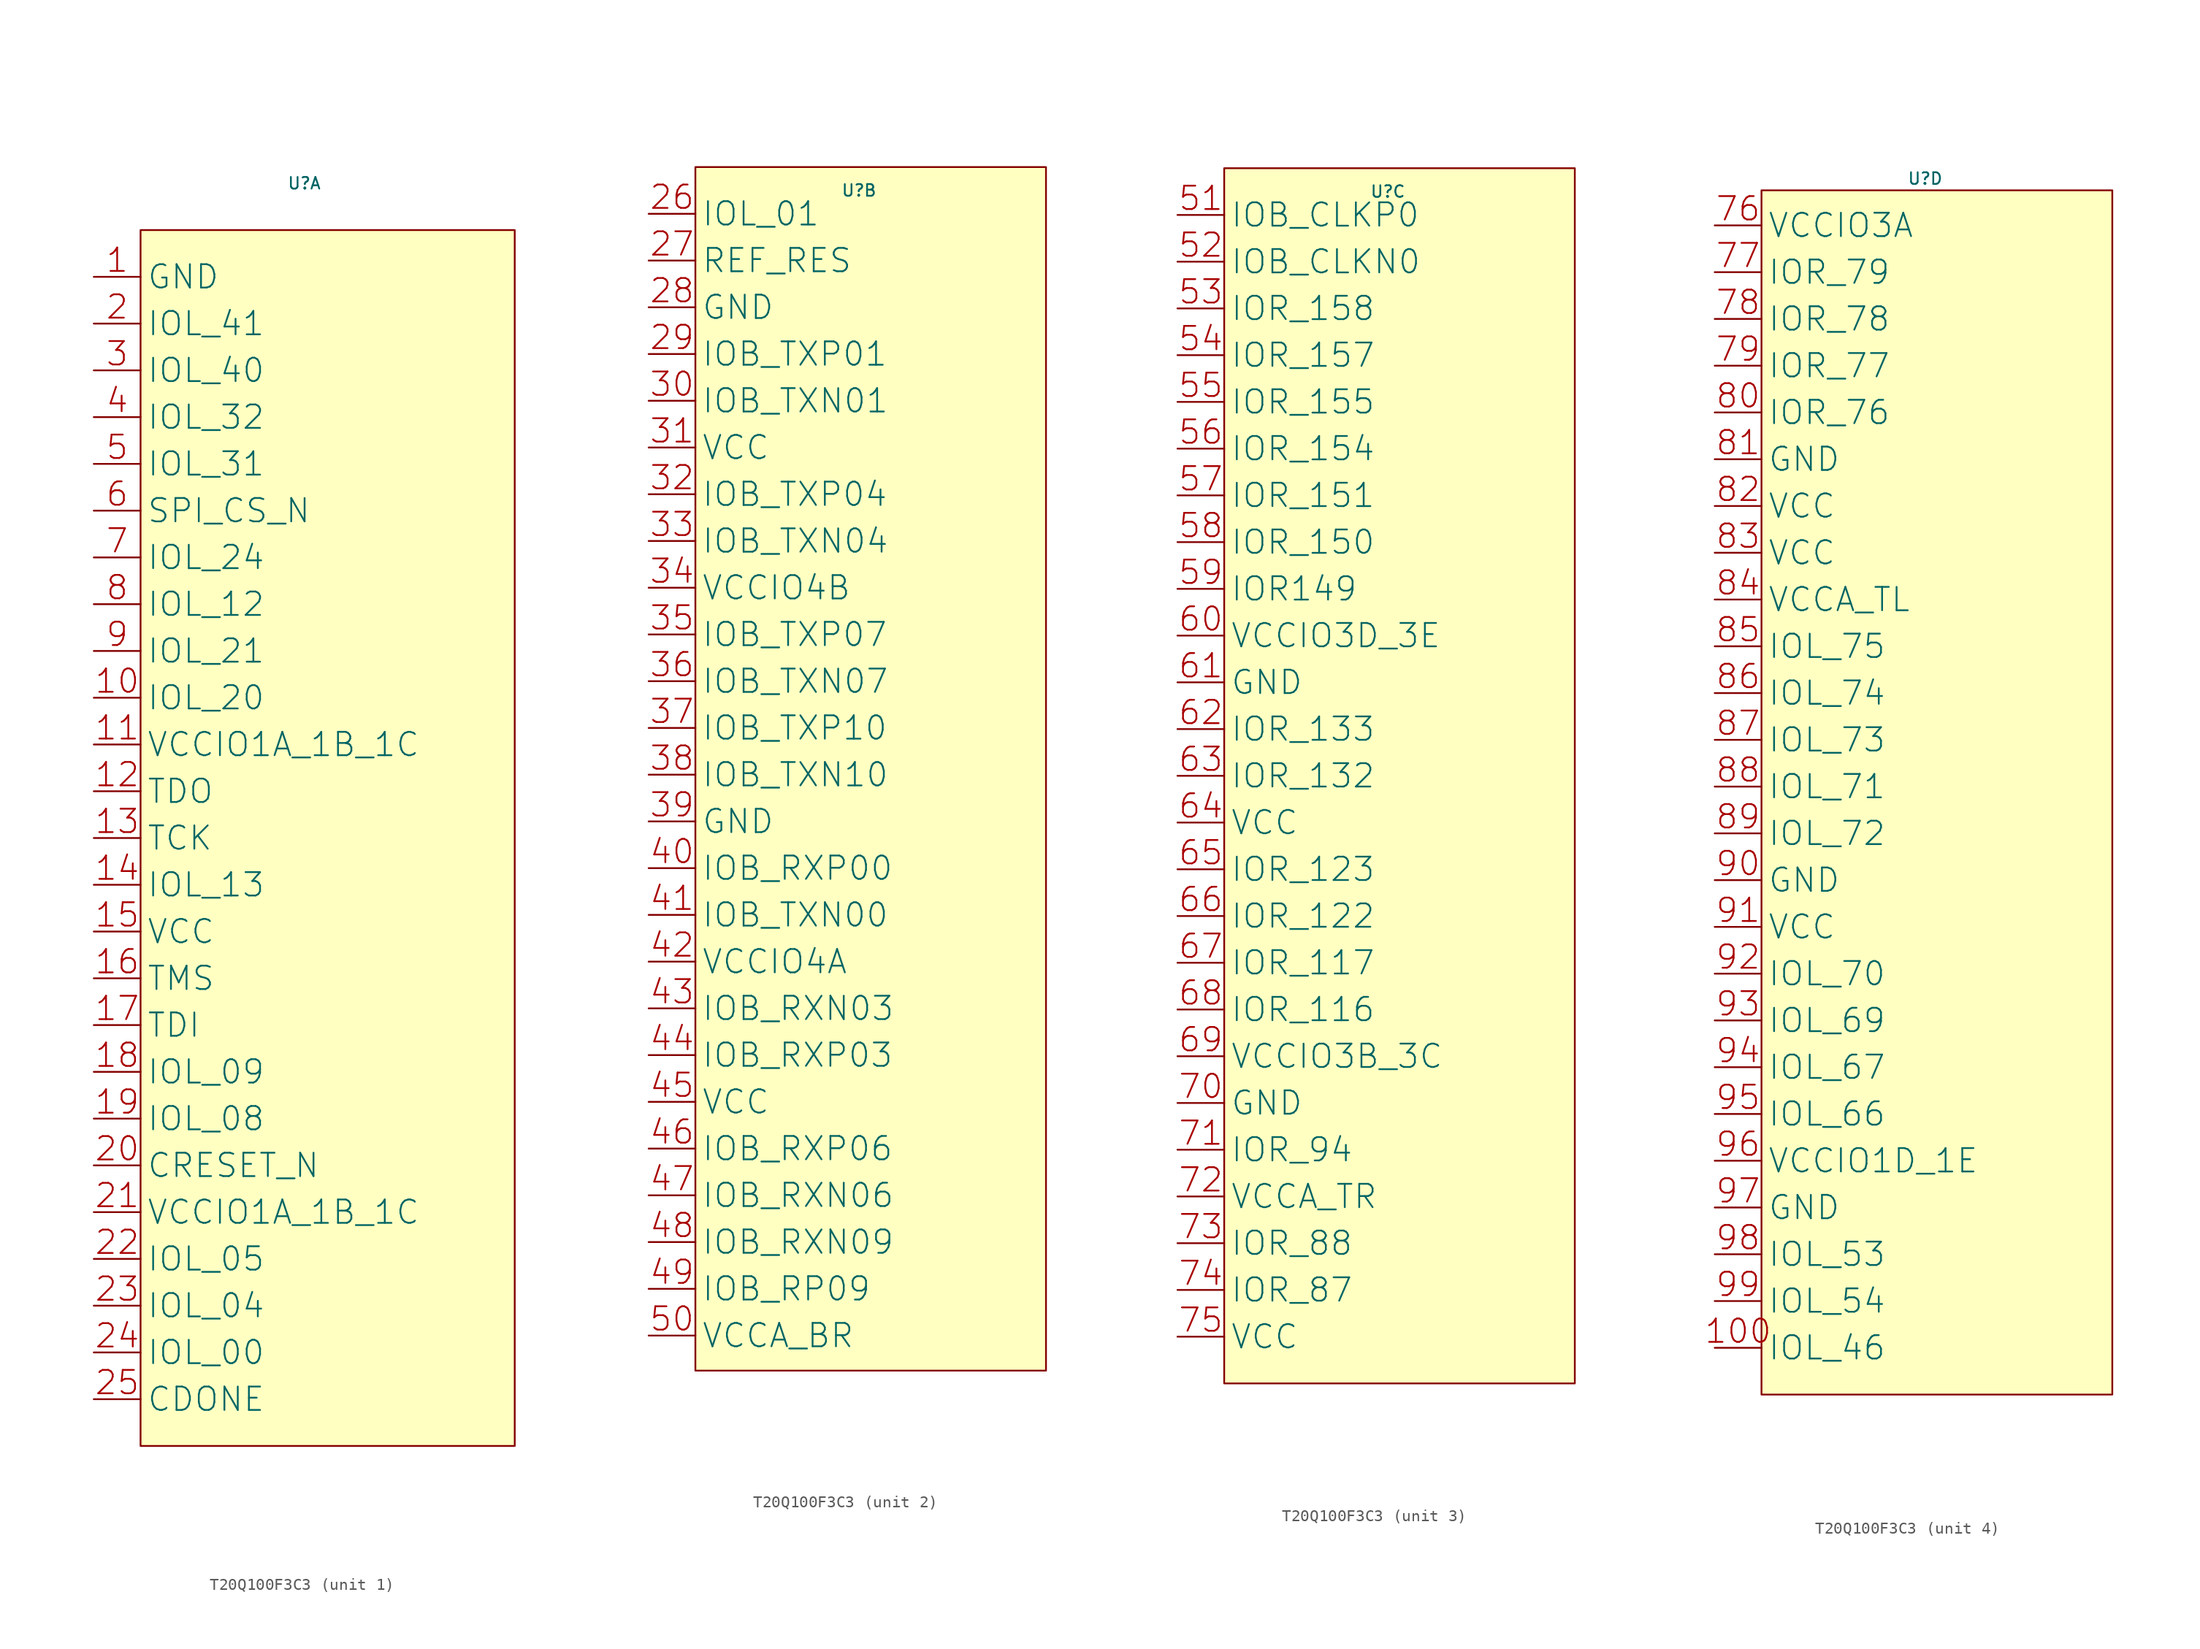
<source format=kicad_sym>
(kicad_symbol_lib
  (version 20231120)
  (generator "kicad_symbol_editor")
  (generator_version "8.0")
  (symbol "T20Q100F3C3"
    (pin_names
      (offset 0.5))
    (property "Reference" "U"
      (at 14 8 0)
      (effects (font (size 1 1))))
    (property "Value" ""
      (at 0 -69 0)
      (effects (font (size 1 1))))
    (symbol "T20Q100F3C3_1_1"
      (rectangle (start 0 4) (end 32 -100) (stroke (width 0) (type default)) (fill (type background)))
      (pin power_in line (at -4 0 0) (length 4) (name "GND" (effects (font (size 2 2)))) (number "1" (effects (font (size 2 2)))))
      (pin bidirectional line (at -4 -36 0) (length 4) (name "IOL_20" (effects (font (size 2 2)))) (number "10" (effects (font (size 2 2)))))
      (pin bidirectional line (at -4 -40 0) (length 4) (name "VCCIO1A_1B_1C" (effects (font (size 2 2)))) (number "11" (effects (font (size 2 2)))))
      (pin power_in line (at -4 -44 0) (length 4) (name "TDO" (effects (font (size 2 2)))) (number "12" (effects (font (size 2 2)))))
      (pin bidirectional line (at -4 -48 0) (length 4) (name "TCK" (effects (font (size 2 2)))) (number "13" (effects (font (size 2 2)))))
      (pin power_in line (at -4 -52 0) (length 4) (name "IOL_13" (effects (font (size 2 2)))) (number "14" (effects (font (size 2 2)))))
      (pin bidirectional line (at -4 -56 0) (length 4) (name "VCC" (effects (font (size 2 2)))) (number "15" (effects (font (size 2 2)))))
      (pin bidirectional line (at -4 -60 0) (length 4) (name "TMS" (effects (font (size 2 2)))) (number "16" (effects (font (size 2 2)))))
      (pin bidirectional line (at -4 -64 0) (length 4) (name "TDI" (effects (font (size 2 2)))) (number "17" (effects (font (size 2 2)))))
      (pin bidirectional line (at -4 -68 0) (length 4) (name "IOL_09" (effects (font (size 2 2)))) (number "18" (effects (font (size 2 2)))))
      (pin bidirectional line (at -4 -72 0) (length 4) (name "IOL_08" (effects (font (size 2 2)))) (number "19" (effects (font (size 2 2)))))
      (pin power_in line (at -4 -4 0) (length 4) (name "IOL_41" (effects (font (size 2 2)))) (number "2" (effects (font (size 2 2)))))
      (pin bidirectional line (at -4 -76 0) (length 4) (name "CRESET_N" (effects (font (size 2 2)))) (number "20" (effects (font (size 2 2)))))
      (pin bidirectional line (at -4 -80 0) (length 4) (name "VCCIO1A_1B_1C" (effects (font (size 2 2)))) (number "21" (effects (font (size 2 2)))))
      (pin bidirectional line (at -4 -84 0) (length 4) (name "IOL_05" (effects (font (size 2 2)))) (number "22" (effects (font (size 2 2)))))
      (pin bidirectional line (at -4 -88 0) (length 4) (name "IOL_04" (effects (font (size 2 2)))) (number "23" (effects (font (size 2 2)))))
      (pin bidirectional line (at -4 -92 0) (length 4) (name "IOL_00" (effects (font (size 2 2)))) (number "24" (effects (font (size 2 2)))))
      (pin bidirectional line (at -4 -96 0) (length 4) (name "CDONE" (effects (font (size 2 2)))) (number "25" (effects (font (size 2 2)))))
      (pin bidirectional line (at -4 -8 0) (length 4) (name "IOL_40" (effects (font (size 2 2)))) (number "3" (effects (font (size 2 2)))))
      (pin bidirectional line (at -4 -12 0) (length 4) (name "IOL_32" (effects (font (size 2 2)))) (number "4" (effects (font (size 2 2)))))
      (pin bidirectional line (at -4 -16 0) (length 4) (name "IOL_31" (effects (font (size 2 2)))) (number "5" (effects (font (size 2 2)))))
      (pin bidirectional line (at -4 -20 0) (length 4) (name "SPI_CS_N" (effects (font (size 2 2)))) (number "6" (effects (font (size 2 2)))))
      (pin bidirectional line (at -4 -24 0) (length 4) (name "IOL_24" (effects (font (size 2 2)))) (number "7" (effects (font (size 2 2)))))
      (pin bidirectional line (at -4 -28 0) (length 4) (name "IOL_12" (effects (font (size 2 2)))) (number "8" (effects (font (size 2 2)))))
      (pin bidirectional line (at -4 -32 0) (length 4) (name "IOL_21" (effects (font (size 2 2)))) (number "9" (effects (font (size 2 2))))))
    (symbol "T20Q100F3C3_2_1"
      (rectangle (start 0 10) (end 30 -93) (stroke (width 0) (type default)) (fill (type background)))
      (pin bidirectional line (at -4 6 0) (length 4) (name "IOL_01" (effects (font (size 2 2)))) (number "26" (effects (font (size 2 2)))))
      (pin bidirectional line (at -4 2 0) (length 4) (name "REF_RES" (effects (font (size 2 2)))) (number "27" (effects (font (size 2 2)))))
      (pin bidirectional line (at -4 -2 0) (length 4) (name "GND" (effects (font (size 2 2)))) (number "28" (effects (font (size 2 2)))))
      (pin bidirectional line (at -4 -6 0) (length 4) (name "IOB_TXP01" (effects (font (size 2 2)))) (number "29" (effects (font (size 2 2)))))
      (pin bidirectional line (at -4 -10 0) (length 4) (name "IOB_TXN01" (effects (font (size 2 2)))) (number "30" (effects (font (size 2 2)))))
      (pin bidirectional line (at -4 -14 0) (length 4) (name "VCC" (effects (font (size 2 2)))) (number "31" (effects (font (size 2 2)))))
      (pin bidirectional line (at -4 -18 0) (length 4) (name "IOB_TXP04" (effects (font (size 2 2)))) (number "32" (effects (font (size 2 2)))))
      (pin bidirectional line (at -4 -22 0) (length 4) (name "IOB_TXN04" (effects (font (size 2 2)))) (number "33" (effects (font (size 2 2)))))
      (pin bidirectional line (at -4 -26 0) (length 4) (name "VCCIO4B" (effects (font (size 2 2)))) (number "34" (effects (font (size 2 2)))))
      (pin bidirectional line (at -4 -30 0) (length 4) (name "IOB_TXP07" (effects (font (size 2 2)))) (number "35" (effects (font (size 2 2)))))
      (pin bidirectional line (at -4 -34 0) (length 4) (name "IOB_TXN07" (effects (font (size 2 2)))) (number "36" (effects (font (size 2 2)))))
      (pin bidirectional line (at -4 -38 0) (length 4) (name "IOB_TXP10" (effects (font (size 2 2)))) (number "37" (effects (font (size 2 2)))))
      (pin bidirectional line (at -4 -42 0) (length 4) (name "IOB_TXN10" (effects (font (size 2 2)))) (number "38" (effects (font (size 2 2)))))
      (pin bidirectional line (at -4 -46 0) (length 4) (name "GND" (effects (font (size 2 2)))) (number "39" (effects (font (size 2 2)))))
      (pin bidirectional line (at -4 -50 0) (length 4) (name "IOB_RXP00" (effects (font (size 2 2)))) (number "40" (effects (font (size 2 2)))))
      (pin bidirectional line (at -4 -54 0) (length 4) (name "IOB_TXN00" (effects (font (size 2 2)))) (number "41" (effects (font (size 2 2)))))
      (pin bidirectional line (at -4 -58 0) (length 4) (name "VCCIO4A" (effects (font (size 2 2)))) (number "42" (effects (font (size 2 2)))))
      (pin power_in line (at -4 -62 0) (length 4) (name "IOB_RXN03" (effects (font (size 2 2)))) (number "43" (effects (font (size 2 2)))))
      (pin power_in line (at -4 -66 0) (length 4) (name "IOB_RXP03" (effects (font (size 2 2)))) (number "44" (effects (font (size 2 2)))))
      (pin power_in line (at -4 -70 0) (length 4) (name "VCC" (effects (font (size 2 2)))) (number "45" (effects (font (size 2 2)))))
      (pin power_in line (at -4 -74 0) (length 4) (name "IOB_RXP06" (effects (font (size 2 2)))) (number "46" (effects (font (size 2 2)))))
      (pin bidirectional line (at -4 -78 0) (length 4) (name "IOB_RXN06" (effects (font (size 2 2)))) (number "47" (effects (font (size 2 2)))))
      (pin bidirectional line (at -4 -82 0) (length 4) (name "IOB_RXN09" (effects (font (size 2 2)))) (number "48" (effects (font (size 2 2)))))
      (pin bidirectional line (at -4 -86 0) (length 4) (name "IOB_RP09" (effects (font (size 2 2)))) (number "49" (effects (font (size 2 2)))))
      (pin bidirectional line (at -4 -90 0) (length 4) (name "VCCA_BR" (effects (font (size 2 2)))) (number "50" (effects (font (size 2 2))))))
    (symbol "T20Q100F3C3_3_1"
      (rectangle (start 0 10) (end 30 -94) (stroke (width 0) (type default)) (fill (type background)))
      (pin bidirectional line (at -4 6 0) (length 4) (name "IOB_CLKP0" (effects (font (size 2 2)))) (number "51" (effects (font (size 2 2)))))
      (pin bidirectional line (at -4 2 0) (length 4) (name "IOB_CLKN0" (effects (font (size 2 2)))) (number "52" (effects (font (size 2 2)))))
      (pin bidirectional line (at -4 -2 0) (length 4) (name "IOR_158" (effects (font (size 2 2)))) (number "53" (effects (font (size 2 2)))))
      (pin bidirectional line (at -4 -6 0) (length 4) (name "IOR_157" (effects (font (size 2 2)))) (number "54" (effects (font (size 2 2)))))
      (pin bidirectional line (at -4 -10 0) (length 4) (name "IOR_155" (effects (font (size 2 2)))) (number "55" (effects (font (size 2 2)))))
      (pin bidirectional line (at -4 -14 0) (length 4) (name "IOR_154" (effects (font (size 2 2)))) (number "56" (effects (font (size 2 2)))))
      (pin bidirectional line (at -4 -18 0) (length 4) (name "IOR_151" (effects (font (size 2 2)))) (number "57" (effects (font (size 2 2)))))
      (pin power_in line (at -4 -22 0) (length 4) (name "IOR_150" (effects (font (size 2 2)))) (number "58" (effects (font (size 2 2)))))
      (pin bidirectional line (at -4 -26 0) (length 4) (name "IOR149" (effects (font (size 2 2)))) (number "59" (effects (font (size 2 2)))))
      (pin bidirectional line (at -4 -30 0) (length 4) (name "VCCIO3D_3E" (effects (font (size 2 2)))) (number "60" (effects (font (size 2 2)))))
      (pin bidirectional line (at -4 -34 0) (length 4) (name "GND" (effects (font (size 2 2)))) (number "61" (effects (font (size 2 2)))))
      (pin bidirectional line (at -4 -38 0) (length 4) (name "IOR_133" (effects (font (size 2 2)))) (number "62" (effects (font (size 2 2)))))
      (pin bidirectional line (at -4 -42 0) (length 4) (name "IOR_132" (effects (font (size 2 2)))) (number "63" (effects (font (size 2 2)))))
      (pin bidirectional line (at -4 -46 0) (length 4) (name "VCC" (effects (font (size 2 2)))) (number "64" (effects (font (size 2 2)))))
      (pin power_in line (at -4 -50 0) (length 4) (name "IOR_123" (effects (font (size 2 2)))) (number "65" (effects (font (size 2 2)))))
      (pin power_in line (at -4 -54 0) (length 4) (name "IOR_122" (effects (font (size 2 2)))) (number "66" (effects (font (size 2 2)))))
      (pin power_in line (at -4 -58 0) (length 4) (name "IOR_117" (effects (font (size 2 2)))) (number "67" (effects (font (size 2 2)))))
      (pin power_in line (at -4 -62 0) (length 4) (name "IOR_116" (effects (font (size 2 2)))) (number "68" (effects (font (size 2 2)))))
      (pin bidirectional line (at -4 -66 0) (length 4) (name "VCCIO3B_3C" (effects (font (size 2 2)))) (number "69" (effects (font (size 2 2)))))
      (pin bidirectional line (at -4 -70 0) (length 4) (name "GND" (effects (font (size 2 2)))) (number "70" (effects (font (size 2 2)))))
      (pin bidirectional line (at -4 -74 0) (length 4) (name "IOR_94" (effects (font (size 2 2)))) (number "71" (effects (font (size 2 2)))))
      (pin power_in line (at -4 -78 0) (length 4) (name "VCCA_TR" (effects (font (size 2 2)))) (number "72" (effects (font (size 2 2)))))
      (pin power_in line (at -4 -82 0) (length 4) (name "IOR_88" (effects (font (size 2 2)))) (number "73" (effects (font (size 2 2)))))
      (pin power_in line (at -4 -86 0) (length 4) (name "IOR_87" (effects (font (size 2 2)))) (number "74" (effects (font (size 2 2)))))
      (pin power_in line (at -4 -90 0) (length 4) (name "VCC" (effects (font (size 2 2)))) (number "75" (effects (font (size 2 2))))))
    (symbol "T20Q100F3C3_4_1"
      (rectangle (start 0 7) (end 30 -96) (stroke (width 0) (type default)) (fill (type background)))
      (pin bidirectional line (at -4 -92 0) (length 4) (name "IOL_46" (effects (font (size 2 2)))) (number "100" (effects (font (size 2 2)))))
      (pin bidirectional line (at -4 4 0) (length 4) (name "VCCIO3A" (effects (font (size 2 2)))) (number "76" (effects (font (size 2 2)))))
      (pin bidirectional line (at -4 0 0) (length 4) (name "IOR_79" (effects (font (size 2 2)))) (number "77" (effects (font (size 2 2)))))
      (pin power_in line (at -4 -4 0) (length 4) (name "IOR_78" (effects (font (size 2 2)))) (number "78" (effects (font (size 2 2)))))
      (pin bidirectional line (at -4 -8 0) (length 4) (name "IOR_77" (effects (font (size 2 2)))) (number "79" (effects (font (size 2 2)))))
      (pin bidirectional line (at -4 -12 0) (length 4) (name "IOR_76" (effects (font (size 2 2)))) (number "80" (effects (font (size 2 2)))))
      (pin bidirectional line (at -4 -16 0) (length 4) (name "GND" (effects (font (size 2 2)))) (number "81" (effects (font (size 2 2)))))
      (pin bidirectional line (at -4 -20 0) (length 4) (name "VCC" (effects (font (size 2 2)))) (number "82" (effects (font (size 2 2)))))
      (pin bidirectional line (at -4 -24 0) (length 4) (name "VCC" (effects (font (size 2 2)))) (number "83" (effects (font (size 2 2)))))
      (pin bidirectional line (at -4 -28 0) (length 4) (name "VCCA_TL" (effects (font (size 2 2)))) (number "84" (effects (font (size 2 2)))))
      (pin bidirectional line (at -4 -32 0) (length 4) (name "IOL_75" (effects (font (size 2 2)))) (number "85" (effects (font (size 2 2)))))
      (pin bidirectional line (at -4 -36 0) (length 4) (name "IOL_74" (effects (font (size 2 2)))) (number "86" (effects (font (size 2 2)))))
      (pin bidirectional line (at -4 -40 0) (length 4) (name "IOL_73" (effects (font (size 2 2)))) (number "87" (effects (font (size 2 2)))))
      (pin bidirectional line (at -4 -44 0) (length 4) (name "IOL_71" (effects (font (size 2 2)))) (number "88" (effects (font (size 2 2)))))
      (pin power_in line (at -4 -48 0) (length 4) (name "IOL_72" (effects (font (size 2 2)))) (number "89" (effects (font (size 2 2)))))
      (pin power_in line (at -4 -52 0) (length 4) (name "GND" (effects (font (size 2 2)))) (number "90" (effects (font (size 2 2)))))
      (pin power_in line (at -4 -56 0) (length 4) (name "VCC" (effects (font (size 2 2)))) (number "91" (effects (font (size 2 2)))))
      (pin bidirectional line (at -4 -60 0) (length 4) (name "IOL_70" (effects (font (size 2 2)))) (number "92" (effects (font (size 2 2)))))
      (pin bidirectional line (at -4 -64 0) (length 4) (name "IOL_69" (effects (font (size 2 2)))) (number "93" (effects (font (size 2 2)))))
      (pin bidirectional line (at -4 -68 0) (length 4) (name "IOL_67" (effects (font (size 2 2)))) (number "94" (effects (font (size 2 2)))))
      (pin bidirectional line (at -4 -72 0) (length 4) (name "IOL_66" (effects (font (size 2 2)))) (number "95" (effects (font (size 2 2)))))
      (pin bidirectional line (at -4 -76 0) (length 4) (name "VCCIO1D_1E" (effects (font (size 2 2)))) (number "96" (effects (font (size 2 2)))))
      (pin bidirectional line (at -4 -80 0) (length 4) (name "GND" (effects (font (size 2 2)))) (number "97" (effects (font (size 2 2)))))
      (pin bidirectional line (at -4 -84 0) (length 4) (name "IOL_53" (effects (font (size 2 2)))) (number "98" (effects (font (size 2 2)))))
      (pin bidirectional line (at -4 -88 0) (length 4) (name "IOL_54" (effects (font (size 2 2)))) (number "99" (effects (font (size 2 2))))))))
</source>
